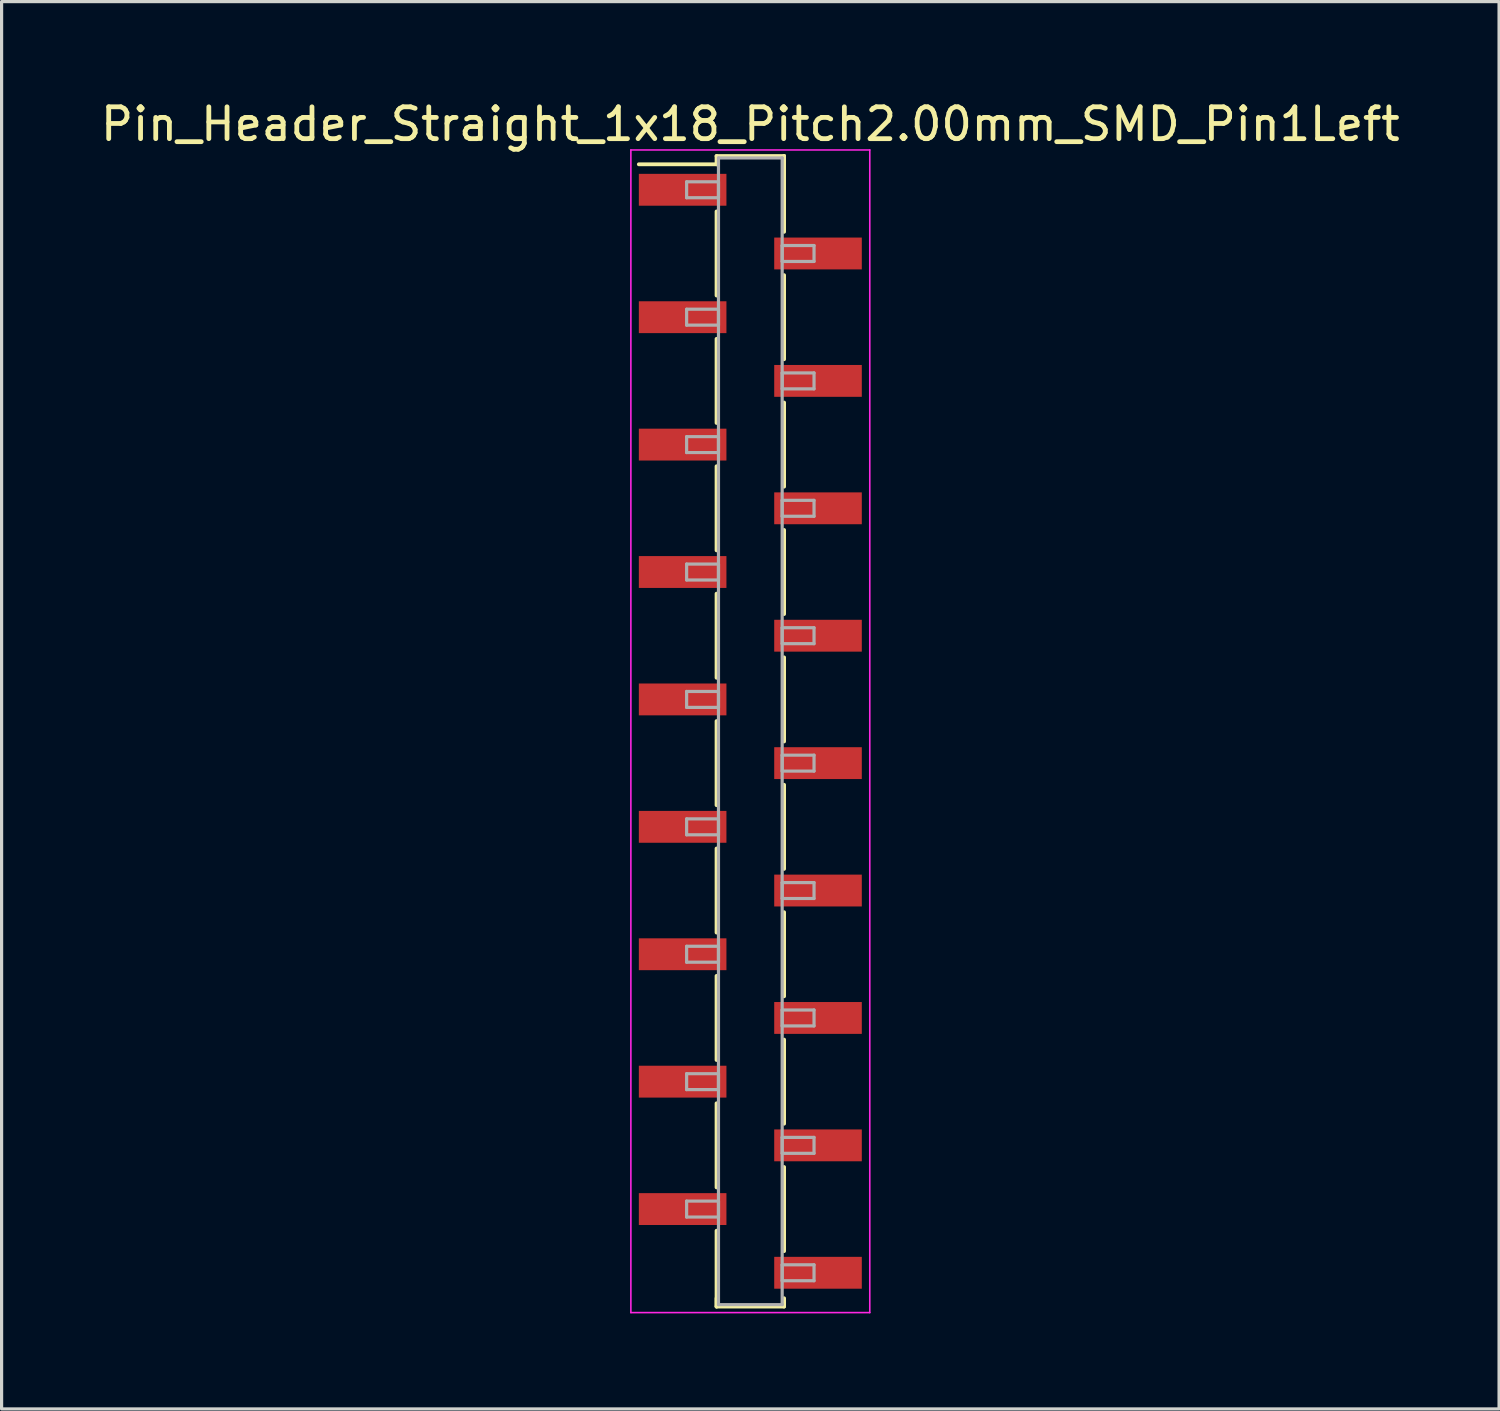
<source format=kicad_pcb>
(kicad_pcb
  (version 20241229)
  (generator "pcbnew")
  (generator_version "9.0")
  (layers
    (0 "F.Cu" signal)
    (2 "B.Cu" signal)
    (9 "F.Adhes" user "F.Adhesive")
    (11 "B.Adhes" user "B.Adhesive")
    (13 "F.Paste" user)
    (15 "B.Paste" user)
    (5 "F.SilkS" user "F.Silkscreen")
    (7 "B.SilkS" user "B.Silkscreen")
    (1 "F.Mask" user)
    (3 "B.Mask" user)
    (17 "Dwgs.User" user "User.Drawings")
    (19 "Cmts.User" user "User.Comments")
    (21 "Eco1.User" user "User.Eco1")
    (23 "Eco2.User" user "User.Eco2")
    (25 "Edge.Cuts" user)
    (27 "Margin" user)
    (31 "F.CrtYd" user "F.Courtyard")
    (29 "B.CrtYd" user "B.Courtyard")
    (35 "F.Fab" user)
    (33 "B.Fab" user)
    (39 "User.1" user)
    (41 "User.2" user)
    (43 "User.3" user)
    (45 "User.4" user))
  (footprint "Pin_Header_Straight_1x18_Pitch2.00mm_SMD_Pin1Left"
    (layer "F.Cu")
    (at 20.506 19.908)
    (property "Reference" "Pin_Header_Straight_1x18_Pitch2.00mm_SMD_Pin1Left" (at 0 -19.06 0) (layer "F.SilkS") (effects (font (size 1 1) (thickness 0.15))))
    (attr smd)
    (fp_line (start -1.06 -18.06) (end 1.06 -18.06) (stroke (width 0.12) (type solid)) (layer "F.SilkS"))
    (fp_line (start -1.06 -17.8) (end -3.5 -17.8) (stroke (width 0.12) (type solid)) (layer "F.SilkS"))
    (fp_line (start -1.06 -17.8) (end -1.06 -18.06) (stroke (width 0.12) (type solid)) (layer "F.SilkS"))
    (fp_line (start -1.06 -16.32) (end -1.06 -13.68) (stroke (width 0.12) (type solid)) (layer "F.SilkS"))
    (fp_line (start -1.06 -12.32) (end -1.06 -9.68) (stroke (width 0.12) (type solid)) (layer "F.SilkS"))
    (fp_line (start -1.06 -8.32) (end -1.06 -5.68) (stroke (width 0.12) (type solid)) (layer "F.SilkS"))
    (fp_line (start -1.06 -4.32) (end -1.06 -1.68) (stroke (width 0.12) (type solid)) (layer "F.SilkS"))
    (fp_line (start -1.06 -0.32) (end -1.06 2.32) (stroke (width 0.12) (type solid)) (layer "F.SilkS"))
    (fp_line (start -1.06 3.68) (end -1.06 6.32) (stroke (width 0.12) (type solid)) (layer "F.SilkS"))
    (fp_line (start -1.06 7.68) (end -1.06 10.32) (stroke (width 0.12) (type solid)) (layer "F.SilkS"))
    (fp_line (start -1.06 11.68) (end -1.06 14.32) (stroke (width 0.12) (type solid)) (layer "F.SilkS"))
    (fp_line (start -1.06 15.68) (end -1.06 18.06) (stroke (width 0.12) (type solid)) (layer "F.SilkS"))
    (fp_line (start -1.06 17.8) (end -1.06 18.06) (stroke (width 0.12) (type solid)) (layer "F.SilkS"))
    (fp_line (start -1.06 18.06) (end 1.06 18.06) (stroke (width 0.12) (type solid)) (layer "F.SilkS"))
    (fp_line (start 1.06 -18.06) (end 1.06 -17.8) (stroke (width 0.12) (type solid)) (layer "F.SilkS"))
    (fp_line (start 1.06 -18.06) (end 1.06 -15.68) (stroke (width 0.12) (type solid)) (layer "F.SilkS"))
    (fp_line (start 1.06 -14.32) (end 1.06 -11.68) (stroke (width 0.12) (type solid)) (layer "F.SilkS"))
    (fp_line (start 1.06 -10.32) (end 1.06 -7.68) (stroke (width 0.12) (type solid)) (layer "F.SilkS"))
    (fp_line (start 1.06 -6.32) (end 1.06 -3.68) (stroke (width 0.12) (type solid)) (layer "F.SilkS"))
    (fp_line (start 1.06 -2.32) (end 1.06 0.32) (stroke (width 0.12) (type solid)) (layer "F.SilkS"))
    (fp_line (start 1.06 1.68) (end 1.06 4.32) (stroke (width 0.12) (type solid)) (layer "F.SilkS"))
    (fp_line (start 1.06 5.68) (end 1.06 8.32) (stroke (width 0.12) (type solid)) (layer "F.SilkS"))
    (fp_line (start 1.06 9.68) (end 1.06 12.32) (stroke (width 0.12) (type solid)) (layer "F.SilkS"))
    (fp_line (start 1.06 13.68) (end 1.06 16.32) (stroke (width 0.12) (type solid)) (layer "F.SilkS"))
    (fp_line (start 1.06 18.06) (end 1.06 17.8) (stroke (width 0.12) (type solid)) (layer "F.SilkS"))
    (fp_line (start -3.75 -18.25) (end -3.75 18.25) (stroke (width 0.05) (type solid)) (layer "F.CrtYd"))
    (fp_line (start -3.75 18.25) (end 3.75 18.25) (stroke (width 0.05) (type solid)) (layer "F.CrtYd"))
    (fp_line (start 3.75 -18.25) (end -3.75 -18.25) (stroke (width 0.05) (type solid)) (layer "F.CrtYd"))
    (fp_line (start 3.75 18.25) (end 3.75 -18.25) (stroke (width 0.05) (type solid)) (layer "F.CrtYd"))
    (fp_line (start -2 -17.25) (end -1 -17.25) (stroke (width 0.1) (type solid)) (layer "F.Fab"))
    (fp_line (start -2 -16.75) (end -2 -17.25) (stroke (width 0.1) (type solid)) (layer "F.Fab"))
    (fp_line (start -2 -13.25) (end -1 -13.25) (stroke (width 0.1) (type solid)) (layer "F.Fab"))
    (fp_line (start -2 -12.75) (end -2 -13.25) (stroke (width 0.1) (type solid)) (layer "F.Fab"))
    (fp_line (start -2 -9.25) (end -1 -9.25) (stroke (width 0.1) (type solid)) (layer "F.Fab"))
    (fp_line (start -2 -8.75) (end -2 -9.25) (stroke (width 0.1) (type solid)) (layer "F.Fab"))
    (fp_line (start -2 -5.25) (end -1 -5.25) (stroke (width 0.1) (type solid)) (layer "F.Fab"))
    (fp_line (start -2 -4.75) (end -2 -5.25) (stroke (width 0.1) (type solid)) (layer "F.Fab"))
    (fp_line (start -2 -1.25) (end -1 -1.25) (stroke (width 0.1) (type solid)) (layer "F.Fab"))
    (fp_line (start -2 -0.75) (end -2 -1.25) (stroke (width 0.1) (type solid)) (layer "F.Fab"))
    (fp_line (start -2 2.75) (end -1 2.75) (stroke (width 0.1) (type solid)) (layer "F.Fab"))
    (fp_line (start -2 3.25) (end -2 2.75) (stroke (width 0.1) (type solid)) (layer "F.Fab"))
    (fp_line (start -2 6.75) (end -1 6.75) (stroke (width 0.1) (type solid)) (layer "F.Fab"))
    (fp_line (start -2 7.25) (end -2 6.75) (stroke (width 0.1) (type solid)) (layer "F.Fab"))
    (fp_line (start -2 10.75) (end -1 10.75) (stroke (width 0.1) (type solid)) (layer "F.Fab"))
    (fp_line (start -2 11.25) (end -2 10.75) (stroke (width 0.1) (type solid)) (layer "F.Fab"))
    (fp_line (start -2 14.75) (end -1 14.75) (stroke (width 0.1) (type solid)) (layer "F.Fab"))
    (fp_line (start -2 15.25) (end -2 14.75) (stroke (width 0.1) (type solid)) (layer "F.Fab"))
    (fp_line (start -1 -18) (end -1 18) (stroke (width 0.1) (type solid)) (layer "F.Fab"))
    (fp_line (start -1 -17.25) (end -1 -16.75) (stroke (width 0.1) (type solid)) (layer "F.Fab"))
    (fp_line (start -1 -16.75) (end -2 -16.75) (stroke (width 0.1) (type solid)) (layer "F.Fab"))
    (fp_line (start -1 -13.25) (end -1 -12.75) (stroke (width 0.1) (type solid)) (layer "F.Fab"))
    (fp_line (start -1 -12.75) (end -2 -12.75) (stroke (width 0.1) (type solid)) (layer "F.Fab"))
    (fp_line (start -1 -9.25) (end -1 -8.75) (stroke (width 0.1) (type solid)) (layer "F.Fab"))
    (fp_line (start -1 -8.75) (end -2 -8.75) (stroke (width 0.1) (type solid)) (layer "F.Fab"))
    (fp_line (start -1 -5.25) (end -1 -4.75) (stroke (width 0.1) (type solid)) (layer "F.Fab"))
    (fp_line (start -1 -4.75) (end -2 -4.75) (stroke (width 0.1) (type solid)) (layer "F.Fab"))
    (fp_line (start -1 -1.25) (end -1 -0.75) (stroke (width 0.1) (type solid)) (layer "F.Fab"))
    (fp_line (start -1 -0.75) (end -2 -0.75) (stroke (width 0.1) (type solid)) (layer "F.Fab"))
    (fp_line (start -1 2.75) (end -1 3.25) (stroke (width 0.1) (type solid)) (layer "F.Fab"))
    (fp_line (start -1 3.25) (end -2 3.25) (stroke (width 0.1) (type solid)) (layer "F.Fab"))
    (fp_line (start -1 6.75) (end -1 7.25) (stroke (width 0.1) (type solid)) (layer "F.Fab"))
    (fp_line (start -1 7.25) (end -2 7.25) (stroke (width 0.1) (type solid)) (layer "F.Fab"))
    (fp_line (start -1 10.75) (end -1 11.25) (stroke (width 0.1) (type solid)) (layer "F.Fab"))
    (fp_line (start -1 11.25) (end -2 11.25) (stroke (width 0.1) (type solid)) (layer "F.Fab"))
    (fp_line (start -1 14.75) (end -1 15.25) (stroke (width 0.1) (type solid)) (layer "F.Fab"))
    (fp_line (start -1 15.25) (end -2 15.25) (stroke (width 0.1) (type solid)) (layer "F.Fab"))
    (fp_line (start -1 18) (end 1 18) (stroke (width 0.1) (type solid)) (layer "F.Fab"))
    (fp_line (start 1 -18) (end -1 -18) (stroke (width 0.1) (type solid)) (layer "F.Fab"))
    (fp_line (start 1 -15.25) (end 1 -14.75) (stroke (width 0.1) (type solid)) (layer "F.Fab"))
    (fp_line (start 1 -14.75) (end 2 -14.75) (stroke (width 0.1) (type solid)) (layer "F.Fab"))
    (fp_line (start 1 -11.25) (end 1 -10.75) (stroke (width 0.1) (type solid)) (layer "F.Fab"))
    (fp_line (start 1 -10.75) (end 2 -10.75) (stroke (width 0.1) (type solid)) (layer "F.Fab"))
    (fp_line (start 1 -7.25) (end 1 -6.75) (stroke (width 0.1) (type solid)) (layer "F.Fab"))
    (fp_line (start 1 -6.75) (end 2 -6.75) (stroke (width 0.1) (type solid)) (layer "F.Fab"))
    (fp_line (start 1 -3.25) (end 1 -2.75) (stroke (width 0.1) (type solid)) (layer "F.Fab"))
    (fp_line (start 1 -2.75) (end 2 -2.75) (stroke (width 0.1) (type solid)) (layer "F.Fab"))
    (fp_line (start 1 0.75) (end 1 1.25) (stroke (width 0.1) (type solid)) (layer "F.Fab"))
    (fp_line (start 1 1.25) (end 2 1.25) (stroke (width 0.1) (type solid)) (layer "F.Fab"))
    (fp_line (start 1 4.75) (end 1 5.25) (stroke (width 0.1) (type solid)) (layer "F.Fab"))
    (fp_line (start 1 5.25) (end 2 5.25) (stroke (width 0.1) (type solid)) (layer "F.Fab"))
    (fp_line (start 1 8.75) (end 1 9.25) (stroke (width 0.1) (type solid)) (layer "F.Fab"))
    (fp_line (start 1 9.25) (end 2 9.25) (stroke (width 0.1) (type solid)) (layer "F.Fab"))
    (fp_line (start 1 12.75) (end 1 13.25) (stroke (width 0.1) (type solid)) (layer "F.Fab"))
    (fp_line (start 1 13.25) (end 2 13.25) (stroke (width 0.1) (type solid)) (layer "F.Fab"))
    (fp_line (start 1 16.75) (end 1 17.25) (stroke (width 0.1) (type solid)) (layer "F.Fab"))
    (fp_line (start 1 17.25) (end 2 17.25) (stroke (width 0.1) (type solid)) (layer "F.Fab"))
    (fp_line (start 1 18) (end 1 -18) (stroke (width 0.1) (type solid)) (layer "F.Fab"))
    (fp_line (start 2 -15.25) (end 1 -15.25) (stroke (width 0.1) (type solid)) (layer "F.Fab"))
    (fp_line (start 2 -14.75) (end 2 -15.25) (stroke (width 0.1) (type solid)) (layer "F.Fab"))
    (fp_line (start 2 -11.25) (end 1 -11.25) (stroke (width 0.1) (type solid)) (layer "F.Fab"))
    (fp_line (start 2 -10.75) (end 2 -11.25) (stroke (width 0.1) (type solid)) (layer "F.Fab"))
    (fp_line (start 2 -7.25) (end 1 -7.25) (stroke (width 0.1) (type solid)) (layer "F.Fab"))
    (fp_line (start 2 -6.75) (end 2 -7.25) (stroke (width 0.1) (type solid)) (layer "F.Fab"))
    (fp_line (start 2 -3.25) (end 1 -3.25) (stroke (width 0.1) (type solid)) (layer "F.Fab"))
    (fp_line (start 2 -2.75) (end 2 -3.25) (stroke (width 0.1) (type solid)) (layer "F.Fab"))
    (fp_line (start 2 0.75) (end 1 0.75) (stroke (width 0.1) (type solid)) (layer "F.Fab"))
    (fp_line (start 2 1.25) (end 2 0.75) (stroke (width 0.1) (type solid)) (layer "F.Fab"))
    (fp_line (start 2 4.75) (end 1 4.75) (stroke (width 0.1) (type solid)) (layer "F.Fab"))
    (fp_line (start 2 5.25) (end 2 4.75) (stroke (width 0.1) (type solid)) (layer "F.Fab"))
    (fp_line (start 2 8.75) (end 1 8.75) (stroke (width 0.1) (type solid)) (layer "F.Fab"))
    (fp_line (start 2 9.25) (end 2 8.75) (stroke (width 0.1) (type solid)) (layer "F.Fab"))
    (fp_line (start 2 12.75) (end 1 12.75) (stroke (width 0.1) (type solid)) (layer "F.Fab"))
    (fp_line (start 2 13.25) (end 2 12.75) (stroke (width 0.1) (type solid)) (layer "F.Fab"))
    (fp_line (start 2 16.75) (end 1 16.75) (stroke (width 0.1) (type solid)) (layer "F.Fab"))
    (fp_line (start 2 17.25) (end 2 16.75) (stroke (width 0.1) (type solid)) (layer "F.Fab"))
    (pad "1" smd rect (at -2.125 -17) (size 2.75 1) (layers "F.Cu" "F.Mask"))
    (pad "2" smd rect (at 2.125 -15) (size 2.75 1) (layers "F.Cu" "F.Mask"))
    (pad "3" smd rect (at -2.125 -13) (size 2.75 1) (layers "F.Cu" "F.Mask"))
    (pad "4" smd rect (at 2.125 -11) (size 2.75 1) (layers "F.Cu" "F.Mask"))
    (pad "5" smd rect (at -2.125 -9) (size 2.75 1) (layers "F.Cu" "F.Mask"))
    (pad "6" smd rect (at 2.125 -7) (size 2.75 1) (layers "F.Cu" "F.Mask"))
    (pad "7" smd rect (at -2.125 -5) (size 2.75 1) (layers "F.Cu" "F.Mask"))
    (pad "8" smd rect (at 2.125 -3) (size 2.75 1) (layers "F.Cu" "F.Mask"))
    (pad "9" smd rect (at -2.125 -1) (size 2.75 1) (layers "F.Cu" "F.Mask"))
    (pad "10" smd rect (at 2.125 1) (size 2.75 1) (layers "F.Cu" "F.Mask"))
    (pad "11" smd rect (at -2.125 3) (size 2.75 1) (layers "F.Cu" "F.Mask"))
    (pad "12" smd rect (at 2.125 5) (size 2.75 1) (layers "F.Cu" "F.Mask"))
    (pad "13" smd rect (at -2.125 7) (size 2.75 1) (layers "F.Cu" "F.Mask"))
    (pad "14" smd rect (at 2.125 9) (size 2.75 1) (layers "F.Cu" "F.Mask"))
    (pad "15" smd rect (at -2.125 11) (size 2.75 1) (layers "F.Cu" "F.Mask"))
    (pad "16" smd rect (at 2.125 13) (size 2.75 1) (layers "F.Cu" "F.Mask"))
    (pad "17" smd rect (at -2.125 15) (size 2.75 1) (layers "F.Cu" "F.Mask"))
    (pad "18" smd rect (at 2.125 17) (size 2.75 1) (layers "F.Cu" "F.Mask")))
  (gr_rect
    (start -3 -3)
    (end 44.012 41.183)
    (stroke (width 0.1) (type default))
    (fill no)
    (layer "Edge.Cuts")))
</source>
